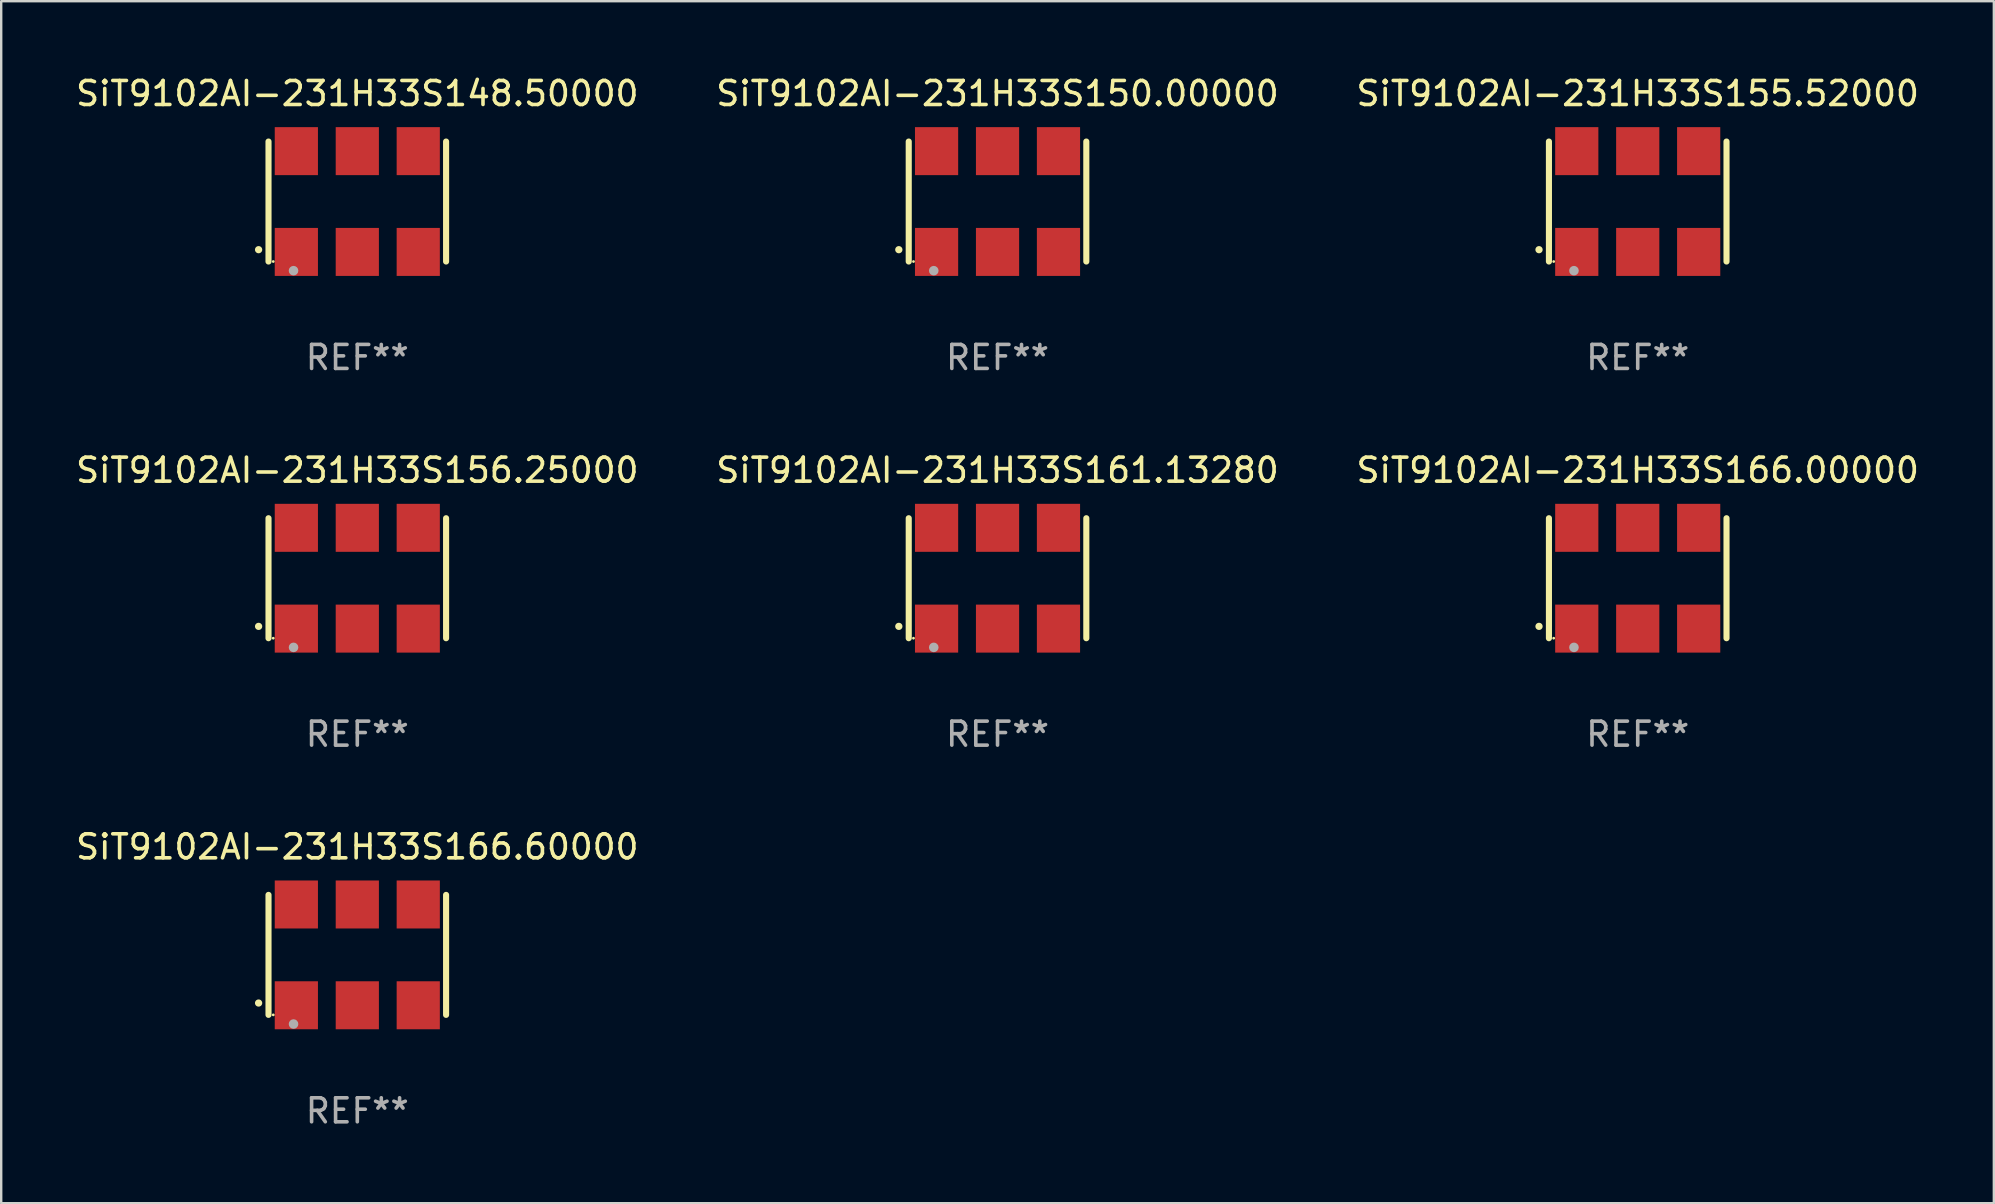
<source format=kicad_pcb>
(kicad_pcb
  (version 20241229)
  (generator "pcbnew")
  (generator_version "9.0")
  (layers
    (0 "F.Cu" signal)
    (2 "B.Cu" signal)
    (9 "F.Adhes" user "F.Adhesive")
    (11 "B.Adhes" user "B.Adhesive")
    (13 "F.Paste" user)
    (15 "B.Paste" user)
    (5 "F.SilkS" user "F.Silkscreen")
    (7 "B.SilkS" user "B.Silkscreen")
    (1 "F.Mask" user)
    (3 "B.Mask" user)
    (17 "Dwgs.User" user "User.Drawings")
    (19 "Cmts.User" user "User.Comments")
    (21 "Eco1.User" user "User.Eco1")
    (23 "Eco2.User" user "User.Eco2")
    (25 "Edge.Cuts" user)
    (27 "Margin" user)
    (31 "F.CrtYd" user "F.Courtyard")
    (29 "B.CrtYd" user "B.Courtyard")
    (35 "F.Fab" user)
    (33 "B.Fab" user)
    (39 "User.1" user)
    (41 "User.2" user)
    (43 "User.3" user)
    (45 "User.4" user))
  (footprint "SiT9102AI-231H33S155.52000"
    (layer "F.Cu")
    (at 65.196 5.348)
    (property "Reference" "SiT9102AI-231H33S155.52000" (at 0 -4.5 0) (layer "F.SilkS") (effects (font (size 1 1) (thickness 0.15))))
    (attr through_hole)
    (fp_line (start -3.7 -2.5) (end -3.7 2.5) (stroke (width 0.254) (type solid)) (layer "F.SilkS"))
    (fp_line (start 3.7 -2.5) (end 3.7 2.5) (stroke (width 0.254) (type solid)) (layer "F.SilkS"))
    (fp_arc (start -4.114415 2.006604) (mid -4.113145 2.006599) (end -4.111875 2.006604) (stroke (width 0.3) (type solid)) (layer "F.SilkS"))
    (fp_circle (center -3.502 2.5) (end -3.472 2.5) (stroke (width 0.06) (type solid)) (fill no) (layer "F.SilkS"))
    (fp_circle (center -2.657 2.882) (end -2.557 2.882) (stroke (width 0.2) (type solid)) (fill no) (layer "F.Fab"))
    (fp_text user "REF**" (at 0 6.5 0) (layer "F.Fab") (effects (font (size 1 1) (thickness 0.15))))
    (pad "1" smd rect (at -2.54 2.1) (size 1.8 2) (layers "F.Cu" "F.Mask" "F.Paste"))
    (pad "2" smd rect (at 0.000394 2.1) (size 1.8 2) (layers "F.Cu" "F.Mask" "F.Paste"))
    (pad "3" smd rect (at 2.54 2.1) (size 1.8 2) (layers "F.Cu" "F.Mask" "F.Paste"))
    (pad "4" smd rect (at 2.54 -2.1) (size 1.8 2) (layers "F.Cu" "F.Mask" "F.Paste"))
    (pad "5" smd rect (at 0.000394 -2.1) (size 1.8 2) (layers "F.Cu" "F.Mask" "F.Paste"))
    (pad "6" smd rect (at -2.54 -2.1) (size 1.8 2) (layers "F.Cu" "F.Mask" "F.Paste")))
  (footprint "SiT9102AI-231H33S166.00000"
    (layer "F.Cu")
    (at 65.196 21.045)
    (property "Reference" "SiT9102AI-231H33S166.00000" (at 0 -4.5 0) (layer "F.SilkS") (effects (font (size 1 1) (thickness 0.15))))
    (attr through_hole)
    (fp_line (start -3.7 -2.5) (end -3.7 2.5) (stroke (width 0.254) (type solid)) (layer "F.SilkS"))
    (fp_line (start 3.7 -2.5) (end 3.7 2.5) (stroke (width 0.254) (type solid)) (layer "F.SilkS"))
    (fp_arc (start -4.114415 2.006604) (mid -4.113145 2.006599) (end -4.111875 2.006604) (stroke (width 0.3) (type solid)) (layer "F.SilkS"))
    (fp_circle (center -3.502 2.5) (end -3.472 2.5) (stroke (width 0.06) (type solid)) (fill no) (layer "F.SilkS"))
    (fp_circle (center -2.657 2.882) (end -2.557 2.882) (stroke (width 0.2) (type solid)) (fill no) (layer "F.Fab"))
    (fp_text user "REF**" (at 0 6.5 0) (layer "F.Fab") (effects (font (size 1 1) (thickness 0.15))))
    (pad "1" smd rect (at -2.54 2.1) (size 1.8 2) (layers "F.Cu" "F.Mask" "F.Paste"))
    (pad "2" smd rect (at 0.000394 2.1) (size 1.8 2) (layers "F.Cu" "F.Mask" "F.Paste"))
    (pad "3" smd rect (at 2.54 2.1) (size 1.8 2) (layers "F.Cu" "F.Mask" "F.Paste"))
    (pad "4" smd rect (at 2.54 -2.1) (size 1.8 2) (layers "F.Cu" "F.Mask" "F.Paste"))
    (pad "5" smd rect (at 0.000394 -2.1) (size 1.8 2) (layers "F.Cu" "F.Mask" "F.Paste"))
    (pad "6" smd rect (at -2.54 -2.1) (size 1.8 2) (layers "F.Cu" "F.Mask" "F.Paste")))
  (footprint "SiT9102AI-231H33S148.50000"
    (layer "F.Cu")
    (at 11.839 5.348)
    (property "Reference" "SiT9102AI-231H33S148.50000" (at 0 -4.5 0) (layer "F.SilkS") (effects (font (size 1 1) (thickness 0.15))))
    (attr through_hole)
    (fp_line (start -3.7 -2.5) (end -3.7 2.5) (stroke (width 0.254) (type solid)) (layer "F.SilkS"))
    (fp_line (start 3.7 -2.5) (end 3.7 2.5) (stroke (width 0.254) (type solid)) (layer "F.SilkS"))
    (fp_arc (start -4.114415 2.006604) (mid -4.113145 2.006599) (end -4.111875 2.006604) (stroke (width 0.3) (type solid)) (layer "F.SilkS"))
    (fp_circle (center -3.502 2.5) (end -3.472 2.5) (stroke (width 0.06) (type solid)) (fill no) (layer "F.SilkS"))
    (fp_circle (center -2.657 2.882) (end -2.557 2.882) (stroke (width 0.2) (type solid)) (fill no) (layer "F.Fab"))
    (fp_text user "REF**" (at 0 6.5 0) (layer "F.Fab") (effects (font (size 1 1) (thickness 0.15))))
    (pad "1" smd rect (at -2.54 2.1) (size 1.8 2) (layers "F.Cu" "F.Mask" "F.Paste"))
    (pad "2" smd rect (at 0.000394 2.1) (size 1.8 2) (layers "F.Cu" "F.Mask" "F.Paste"))
    (pad "3" smd rect (at 2.54 2.1) (size 1.8 2) (layers "F.Cu" "F.Mask" "F.Paste"))
    (pad "4" smd rect (at 2.54 -2.1) (size 1.8 2) (layers "F.Cu" "F.Mask" "F.Paste"))
    (pad "5" smd rect (at 0.000394 -2.1) (size 1.8 2) (layers "F.Cu" "F.Mask" "F.Paste"))
    (pad "6" smd rect (at -2.54 -2.1) (size 1.8 2) (layers "F.Cu" "F.Mask" "F.Paste")))
  (footprint "SiT9102AI-231H33S156.25000"
    (layer "F.Cu")
    (at 11.839 21.045)
    (property "Reference" "SiT9102AI-231H33S156.25000" (at 0 -4.5 0) (layer "F.SilkS") (effects (font (size 1 1) (thickness 0.15))))
    (attr through_hole)
    (fp_line (start -3.7 -2.5) (end -3.7 2.5) (stroke (width 0.254) (type solid)) (layer "F.SilkS"))
    (fp_line (start 3.7 -2.5) (end 3.7 2.5) (stroke (width 0.254) (type solid)) (layer "F.SilkS"))
    (fp_arc (start -4.114415 2.006604) (mid -4.113145 2.006599) (end -4.111875 2.006604) (stroke (width 0.3) (type solid)) (layer "F.SilkS"))
    (fp_circle (center -3.502 2.5) (end -3.472 2.5) (stroke (width 0.06) (type solid)) (fill no) (layer "F.SilkS"))
    (fp_circle (center -2.657 2.882) (end -2.557 2.882) (stroke (width 0.2) (type solid)) (fill no) (layer "F.Fab"))
    (fp_text user "REF**" (at 0 6.5 0) (layer "F.Fab") (effects (font (size 1 1) (thickness 0.15))))
    (pad "1" smd rect (at -2.54 2.1) (size 1.8 2) (layers "F.Cu" "F.Mask" "F.Paste"))
    (pad "2" smd rect (at 0.000394 2.1) (size 1.8 2) (layers "F.Cu" "F.Mask" "F.Paste"))
    (pad "3" smd rect (at 2.54 2.1) (size 1.8 2) (layers "F.Cu" "F.Mask" "F.Paste"))
    (pad "4" smd rect (at 2.54 -2.1) (size 1.8 2) (layers "F.Cu" "F.Mask" "F.Paste"))
    (pad "5" smd rect (at 0.000394 -2.1) (size 1.8 2) (layers "F.Cu" "F.Mask" "F.Paste"))
    (pad "6" smd rect (at -2.54 -2.1) (size 1.8 2) (layers "F.Cu" "F.Mask" "F.Paste")))
  (footprint "SiT9102AI-231H33S166.60000"
    (layer "F.Cu")
    (at 11.839 36.741)
    (property "Reference" "SiT9102AI-231H33S166.60000" (at 0 -4.5 0) (layer "F.SilkS") (effects (font (size 1 1) (thickness 0.15))))
    (attr through_hole)
    (fp_line (start -3.7 -2.5) (end -3.7 2.5) (stroke (width 0.254) (type solid)) (layer "F.SilkS"))
    (fp_line (start 3.7 -2.5) (end 3.7 2.5) (stroke (width 0.254) (type solid)) (layer "F.SilkS"))
    (fp_arc (start -4.114415 2.006604) (mid -4.113145 2.006599) (end -4.111875 2.006604) (stroke (width 0.3) (type solid)) (layer "F.SilkS"))
    (fp_circle (center -3.502 2.5) (end -3.472 2.5) (stroke (width 0.06) (type solid)) (fill no) (layer "F.SilkS"))
    (fp_circle (center -2.657 2.882) (end -2.557 2.882) (stroke (width 0.2) (type solid)) (fill no) (layer "F.Fab"))
    (fp_text user "REF**" (at 0 6.5 0) (layer "F.Fab") (effects (font (size 1 1) (thickness 0.15))))
    (pad "1" smd rect (at -2.54 2.1) (size 1.8 2) (layers "F.Cu" "F.Mask" "F.Paste"))
    (pad "2" smd rect (at 0.000394 2.1) (size 1.8 2) (layers "F.Cu" "F.Mask" "F.Paste"))
    (pad "3" smd rect (at 2.54 2.1) (size 1.8 2) (layers "F.Cu" "F.Mask" "F.Paste"))
    (pad "4" smd rect (at 2.54 -2.1) (size 1.8 2) (layers "F.Cu" "F.Mask" "F.Paste"))
    (pad "5" smd rect (at 0.000394 -2.1) (size 1.8 2) (layers "F.Cu" "F.Mask" "F.Paste"))
    (pad "6" smd rect (at -2.54 -2.1) (size 1.8 2) (layers "F.Cu" "F.Mask" "F.Paste")))
  (footprint "SiT9102AI-231H33S161.13280"
    (layer "F.Cu")
    (at 38.518 21.045)
    (property "Reference" "SiT9102AI-231H33S161.13280" (at 0 -4.5 0) (layer "F.SilkS") (effects (font (size 1 1) (thickness 0.15))))
    (attr through_hole)
    (fp_line (start -3.7 -2.5) (end -3.7 2.5) (stroke (width 0.254) (type solid)) (layer "F.SilkS"))
    (fp_line (start 3.7 -2.5) (end 3.7 2.5) (stroke (width 0.254) (type solid)) (layer "F.SilkS"))
    (fp_arc (start -4.114415 2.006604) (mid -4.113145 2.006599) (end -4.111875 2.006604) (stroke (width 0.3) (type solid)) (layer "F.SilkS"))
    (fp_circle (center -3.502 2.5) (end -3.472 2.5) (stroke (width 0.06) (type solid)) (fill no) (layer "F.SilkS"))
    (fp_circle (center -2.657 2.882) (end -2.557 2.882) (stroke (width 0.2) (type solid)) (fill no) (layer "F.Fab"))
    (fp_text user "REF**" (at 0 6.5 0) (layer "F.Fab") (effects (font (size 1 1) (thickness 0.15))))
    (pad "1" smd rect (at -2.54 2.1) (size 1.8 2) (layers "F.Cu" "F.Mask" "F.Paste"))
    (pad "2" smd rect (at 0.000394 2.1) (size 1.8 2) (layers "F.Cu" "F.Mask" "F.Paste"))
    (pad "3" smd rect (at 2.54 2.1) (size 1.8 2) (layers "F.Cu" "F.Mask" "F.Paste"))
    (pad "4" smd rect (at 2.54 -2.1) (size 1.8 2) (layers "F.Cu" "F.Mask" "F.Paste"))
    (pad "5" smd rect (at 0.000394 -2.1) (size 1.8 2) (layers "F.Cu" "F.Mask" "F.Paste"))
    (pad "6" smd rect (at -2.54 -2.1) (size 1.8 2) (layers "F.Cu" "F.Mask" "F.Paste")))
  (footprint "SiT9102AI-231H33S150.00000"
    (layer "F.Cu")
    (at 38.518 5.348)
    (property "Reference" "SiT9102AI-231H33S150.00000" (at 0 -4.5 0) (layer "F.SilkS") (effects (font (size 1 1) (thickness 0.15))))
    (attr through_hole)
    (fp_line (start -3.7 -2.5) (end -3.7 2.5) (stroke (width 0.254) (type solid)) (layer "F.SilkS"))
    (fp_line (start 3.7 -2.5) (end 3.7 2.5) (stroke (width 0.254) (type solid)) (layer "F.SilkS"))
    (fp_arc (start -4.114415 2.006604) (mid -4.113145 2.006599) (end -4.111875 2.006604) (stroke (width 0.3) (type solid)) (layer "F.SilkS"))
    (fp_circle (center -3.502 2.5) (end -3.472 2.5) (stroke (width 0.06) (type solid)) (fill no) (layer "F.SilkS"))
    (fp_circle (center -2.657 2.882) (end -2.557 2.882) (stroke (width 0.2) (type solid)) (fill no) (layer "F.Fab"))
    (fp_text user "REF**" (at 0 6.5 0) (layer "F.Fab") (effects (font (size 1 1) (thickness 0.15))))
    (pad "1" smd rect (at -2.54 2.1) (size 1.8 2) (layers "F.Cu" "F.Mask" "F.Paste"))
    (pad "2" smd rect (at 0.000394 2.1) (size 1.8 2) (layers "F.Cu" "F.Mask" "F.Paste"))
    (pad "3" smd rect (at 2.54 2.1) (size 1.8 2) (layers "F.Cu" "F.Mask" "F.Paste"))
    (pad "4" smd rect (at 2.54 -2.1) (size 1.8 2) (layers "F.Cu" "F.Mask" "F.Paste"))
    (pad "5" smd rect (at 0.000394 -2.1) (size 1.8 2) (layers "F.Cu" "F.Mask" "F.Paste"))
    (pad "6" smd rect (at -2.54 -2.1) (size 1.8 2) (layers "F.Cu" "F.Mask" "F.Paste")))
  (gr_rect
    (start -3 -3)
    (end 80.036 47.09)
    (stroke (width 0.1) (type default))
    (fill no)
    (layer "Edge.Cuts")))
</source>
